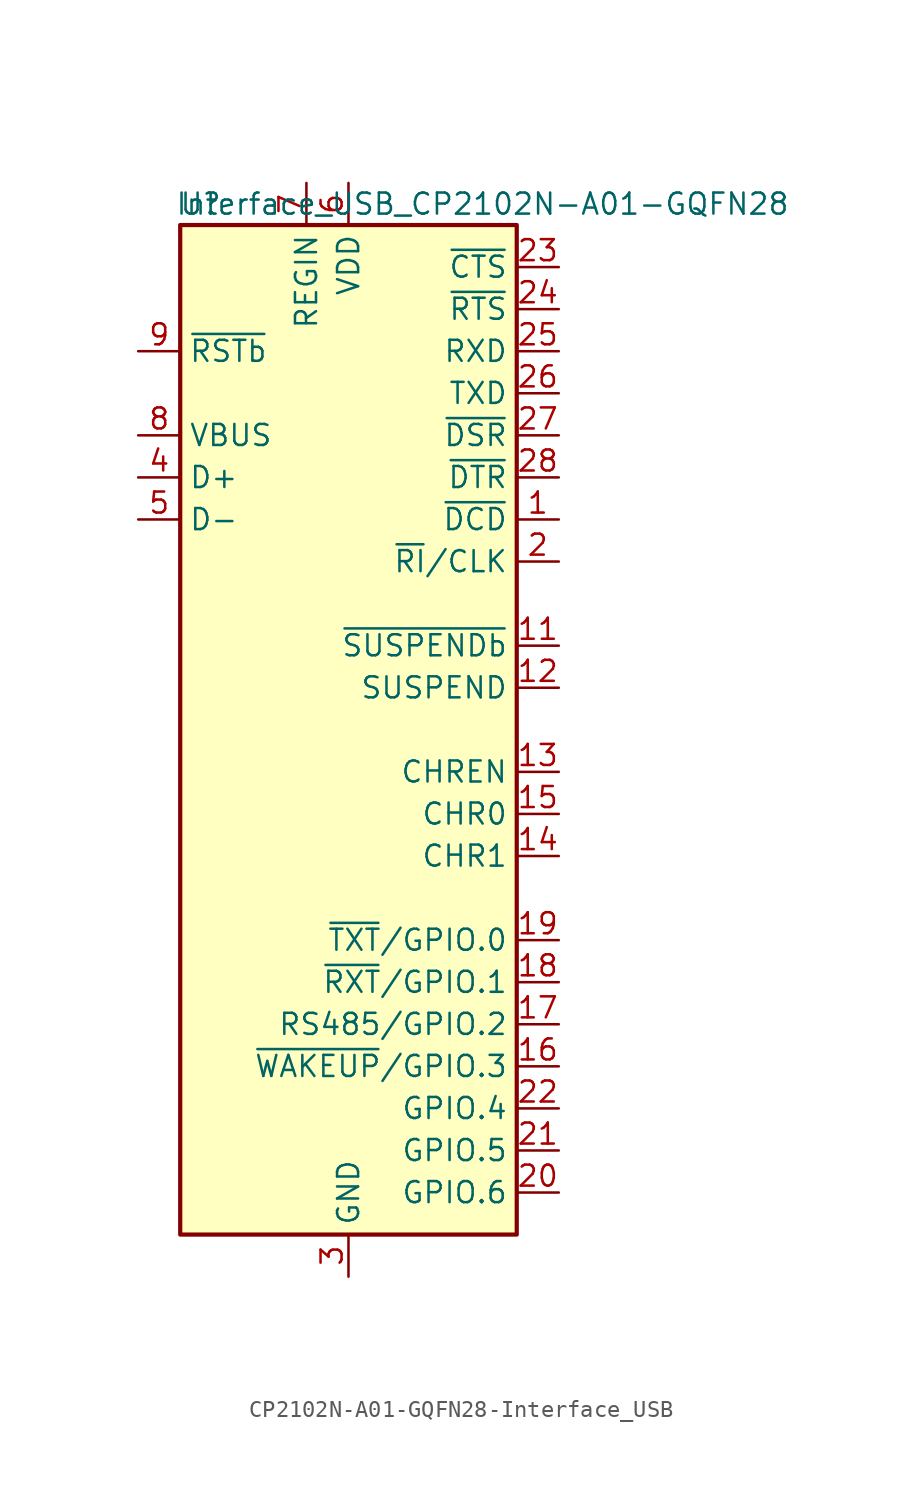
<source format=kicad_sym>
(kicad_symbol_lib
  (version 20220914)
  (generator kicad_symbol_editor)
  (symbol "CP2102N-A01-GQFN28-Interface_USB"
    (property "Reference" "U"
      (at -7.62 31.75 0)
      (effects (font (size 1.27 1.27)) (justify right)))
    (property "Value" "Interface_USB_CP2102N-A01-GQFN28"
      (at 26.67 31.75 0)
      (effects (font (size 1.27 1.27)) (justify right)))
    (symbol "CP2102N-A01-GQFN28-Interface_USB_0_1"
      (rectangle (start -10.16 30.48) (end 10.16 -30.48) (stroke (width 0.254) (type solid)) (fill (type background))))
    (symbol "CP2102N-A01-GQFN28-Interface_USB_1_1"
      (pin input line (at 12.7 12.7 180) (length 2.54) (name "~{DCD}" (effects (font (size 1.27 1.27)))) (number "1" (effects (font (size 1.27 1.27)))))
      (pin no_connect line (at -10.16 -10.16 0) (length 2.54) hide (name "NC" (effects (font (size 1.27 1.27)))) (number "10" (effects (font (size 1.27 1.27)))))
      (pin output line (at 12.7 5.08 180) (length 2.54) (name "~{SUSPENDb}" (effects (font (size 1.27 1.27)))) (number "11" (effects (font (size 1.27 1.27)))))
      (pin output line (at 12.7 2.54 180) (length 2.54) (name "SUSPEND" (effects (font (size 1.27 1.27)))) (number "12" (effects (font (size 1.27 1.27)))))
      (pin output line (at 12.7 -2.54 180) (length 2.54) (name "CHREN" (effects (font (size 1.27 1.27)))) (number "13" (effects (font (size 1.27 1.27)))))
      (pin output line (at 12.7 -7.62 180) (length 2.54) (name "CHR1" (effects (font (size 1.27 1.27)))) (number "14" (effects (font (size 1.27 1.27)))))
      (pin output line (at 12.7 -5.08 180) (length 2.54) (name "CHR0" (effects (font (size 1.27 1.27)))) (number "15" (effects (font (size 1.27 1.27)))))
      (pin bidirectional line (at 12.7 -20.32 180) (length 2.54) (name "~{WAKEUP}/GPIO.3" (effects (font (size 1.27 1.27)))) (number "16" (effects (font (size 1.27 1.27)))))
      (pin bidirectional line (at 12.7 -17.78 180) (length 2.54) (name "RS485/GPIO.2" (effects (font (size 1.27 1.27)))) (number "17" (effects (font (size 1.27 1.27)))))
      (pin bidirectional line (at 12.7 -15.24 180) (length 2.54) (name "~{RXT}/GPIO.1" (effects (font (size 1.27 1.27)))) (number "18" (effects (font (size 1.27 1.27)))))
      (pin bidirectional line (at 12.7 -12.7 180) (length 2.54) (name "~{TXT}/GPIO.0" (effects (font (size 1.27 1.27)))) (number "19" (effects (font (size 1.27 1.27)))))
      (pin bidirectional line (at 12.7 10.16 180) (length 2.54) (name "~{RI}/CLK" (effects (font (size 1.27 1.27)))) (number "2" (effects (font (size 1.27 1.27)))))
      (pin bidirectional line (at 12.7 -27.94 180) (length 2.54) (name "GPIO.6" (effects (font (size 1.27 1.27)))) (number "20" (effects (font (size 1.27 1.27)))))
      (pin bidirectional line (at 12.7 -25.4 180) (length 2.54) (name "GPIO.5" (effects (font (size 1.27 1.27)))) (number "21" (effects (font (size 1.27 1.27)))))
      (pin bidirectional line (at 12.7 -22.86 180) (length 2.54) (name "GPIO.4" (effects (font (size 1.27 1.27)))) (number "22" (effects (font (size 1.27 1.27)))))
      (pin input line (at 12.7 27.94 180) (length 2.54) (name "~{CTS}" (effects (font (size 1.27 1.27)))) (number "23" (effects (font (size 1.27 1.27)))))
      (pin output line (at 12.7 25.4 180) (length 2.54) (name "~{RTS}" (effects (font (size 1.27 1.27)))) (number "24" (effects (font (size 1.27 1.27)))))
      (pin input line (at 12.7 22.86 180) (length 2.54) (name "RXD" (effects (font (size 1.27 1.27)))) (number "25" (effects (font (size 1.27 1.27)))))
      (pin output line (at 12.7 20.32 180) (length 2.54) (name "TXD" (effects (font (size 1.27 1.27)))) (number "26" (effects (font (size 1.27 1.27)))))
      (pin input line (at 12.7 17.78 180) (length 2.54) (name "~{DSR}" (effects (font (size 1.27 1.27)))) (number "27" (effects (font (size 1.27 1.27)))))
      (pin output line (at 12.7 15.24 180) (length 2.54) (name "~{DTR}" (effects (font (size 1.27 1.27)))) (number "28" (effects (font (size 1.27 1.27)))))
      (pin passive line (at 0 -33.02 90) (length 2.54) hide (name "GND" (effects (font (size 1.27 1.27)))) (number "29" (effects (font (size 1.27 1.27)))))
      (pin power_in line (at 0 -33.02 90) (length 2.54) (name "GND" (effects (font (size 1.27 1.27)))) (number "3" (effects (font (size 1.27 1.27)))))
      (pin bidirectional line (at -12.7 15.24 0) (length 2.54) (name "D+" (effects (font (size 1.27 1.27)))) (number "4" (effects (font (size 1.27 1.27)))))
      (pin bidirectional line (at -12.7 12.7 0) (length 2.54) (name "D-" (effects (font (size 1.27 1.27)))) (number "5" (effects (font (size 1.27 1.27)))))
      (pin passive line (at 0 33.02 270) (length 2.54) (name "VDD" (effects (font (size 1.27 1.27)))) (number "6" (effects (font (size 1.27 1.27)))))
      (pin power_in line (at -2.54 33.02 270) (length 2.54) (name "REGIN" (effects (font (size 1.27 1.27)))) (number "7" (effects (font (size 1.27 1.27)))))
      (pin input line (at -12.7 17.78 0) (length 2.54) (name "VBUS" (effects (font (size 1.27 1.27)))) (number "8" (effects (font (size 1.27 1.27)))))
      (pin input line (at -12.7 22.86 0) (length 2.54) (name "~{RSTb}" (effects (font (size 1.27 1.27)))) (number "9" (effects (font (size 1.27 1.27))))))))
</source>
